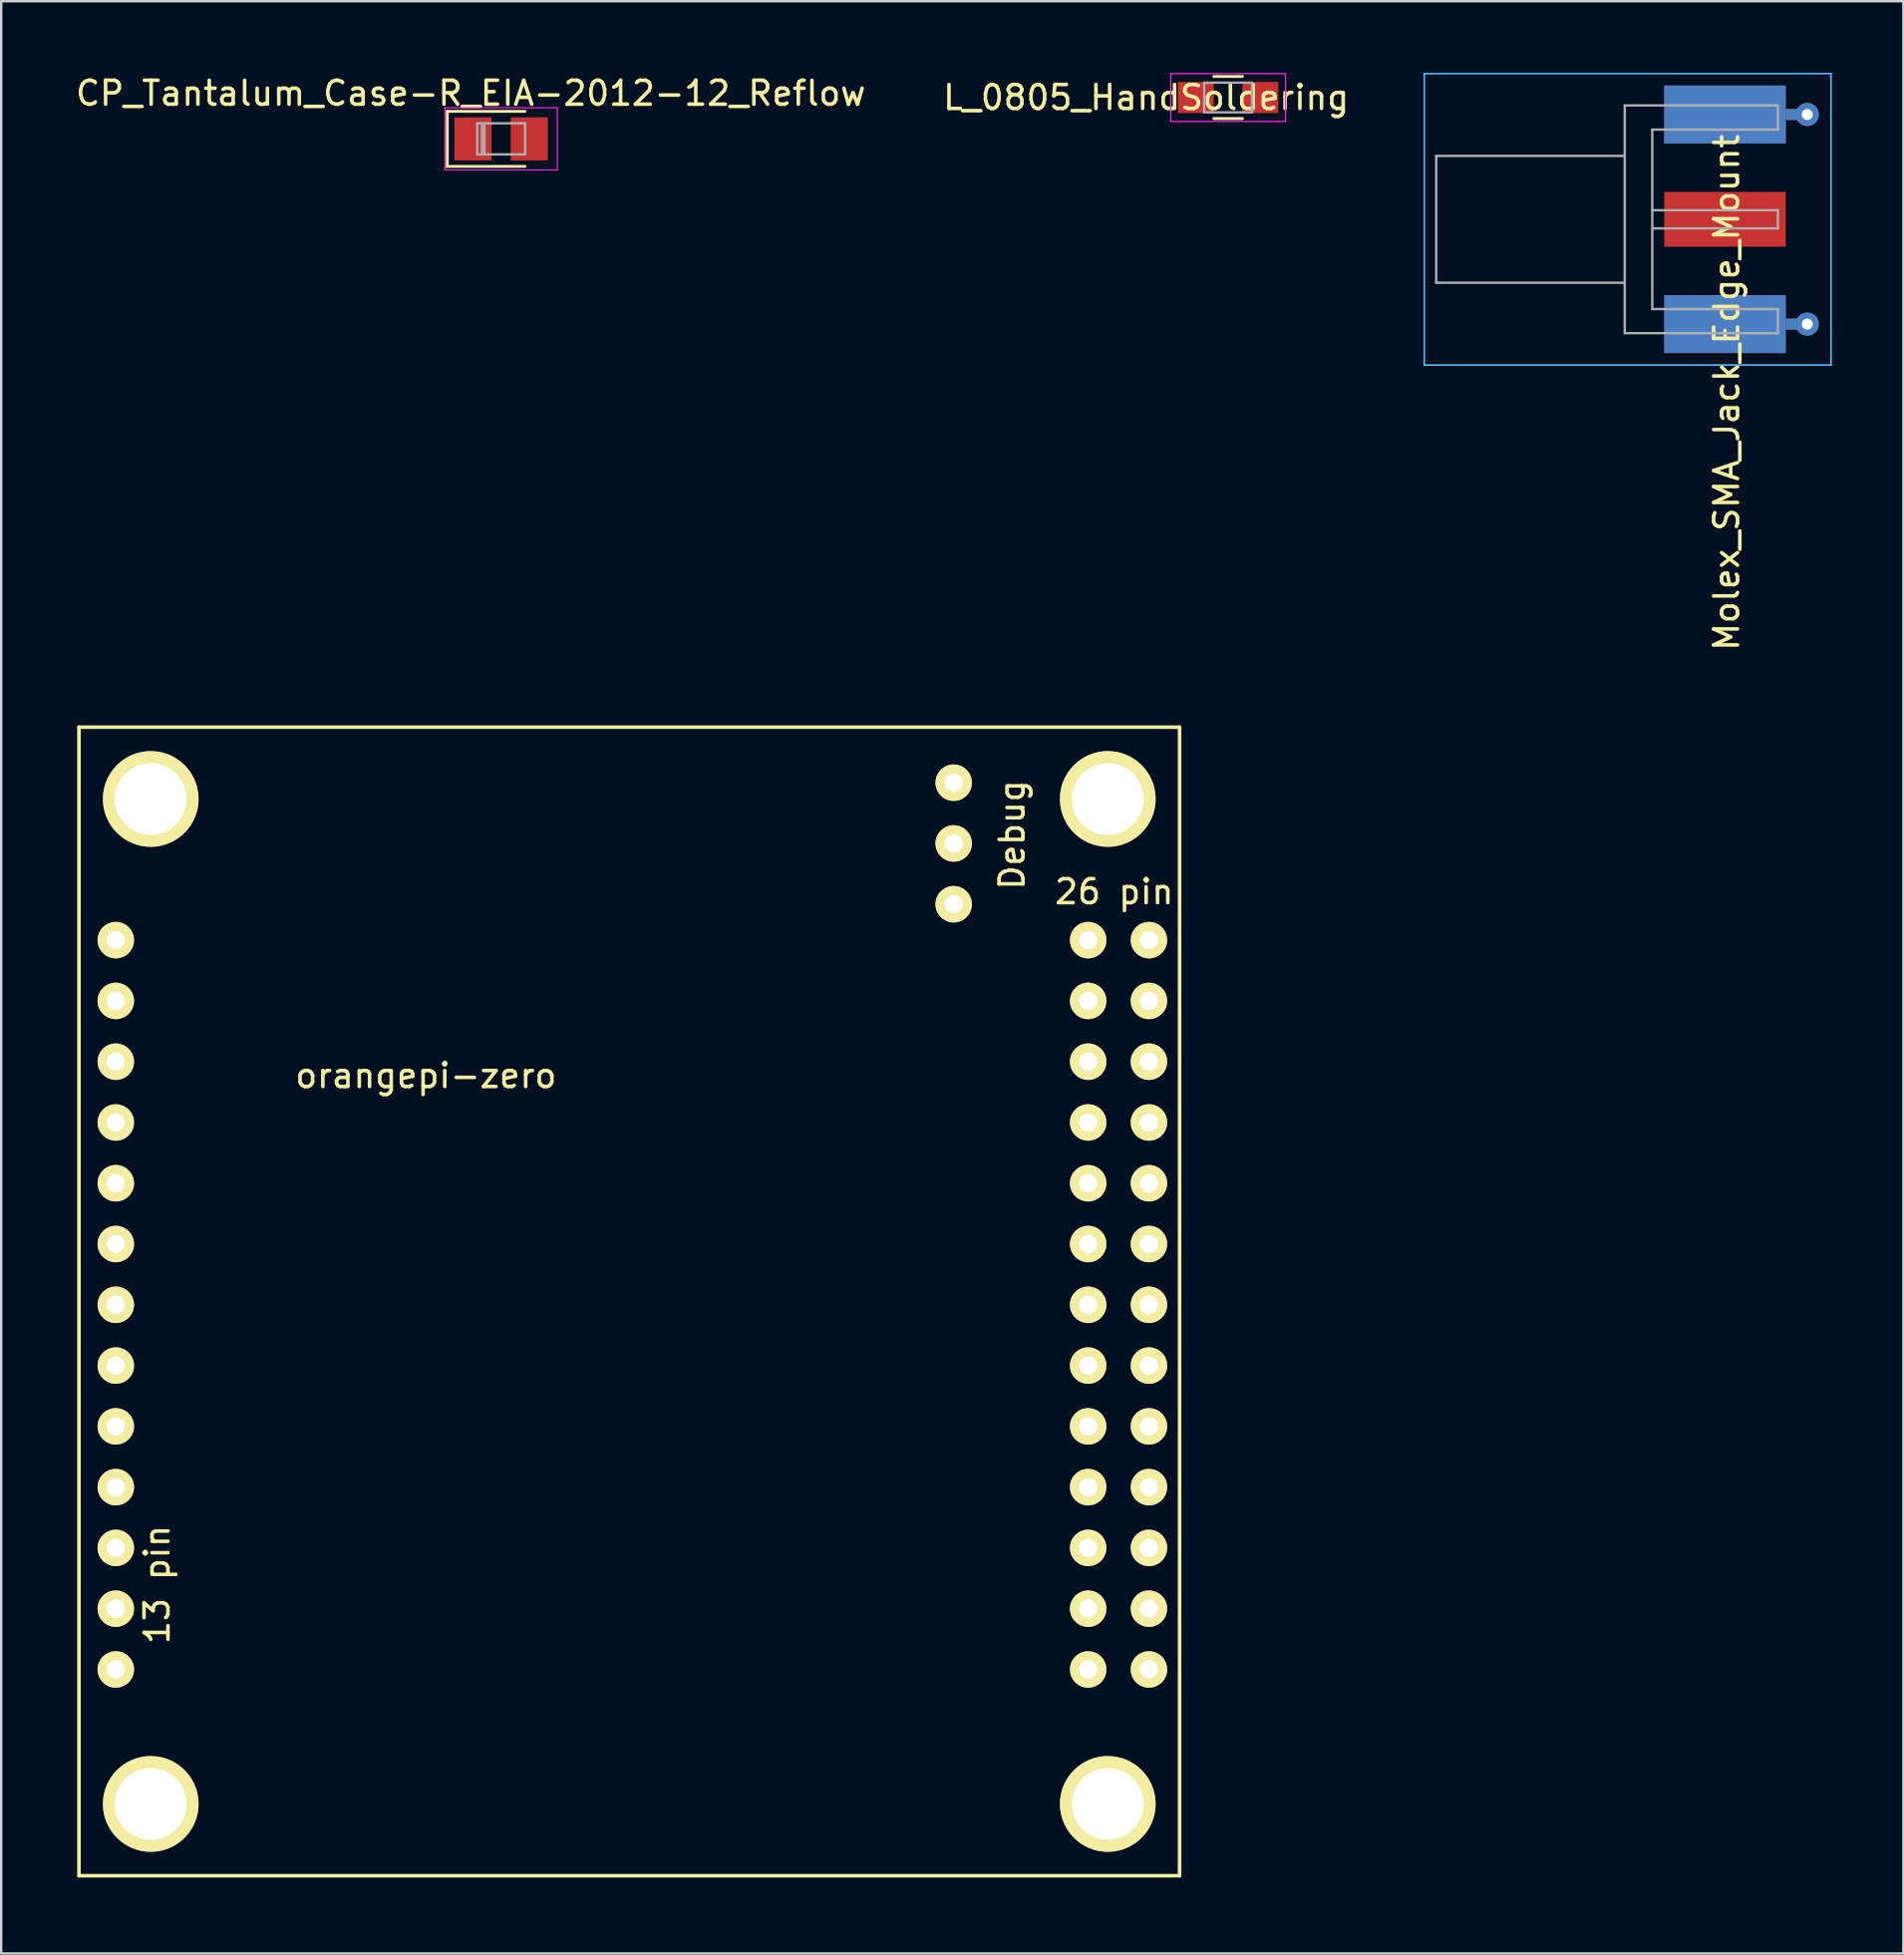
<source format=kicad_pcb>
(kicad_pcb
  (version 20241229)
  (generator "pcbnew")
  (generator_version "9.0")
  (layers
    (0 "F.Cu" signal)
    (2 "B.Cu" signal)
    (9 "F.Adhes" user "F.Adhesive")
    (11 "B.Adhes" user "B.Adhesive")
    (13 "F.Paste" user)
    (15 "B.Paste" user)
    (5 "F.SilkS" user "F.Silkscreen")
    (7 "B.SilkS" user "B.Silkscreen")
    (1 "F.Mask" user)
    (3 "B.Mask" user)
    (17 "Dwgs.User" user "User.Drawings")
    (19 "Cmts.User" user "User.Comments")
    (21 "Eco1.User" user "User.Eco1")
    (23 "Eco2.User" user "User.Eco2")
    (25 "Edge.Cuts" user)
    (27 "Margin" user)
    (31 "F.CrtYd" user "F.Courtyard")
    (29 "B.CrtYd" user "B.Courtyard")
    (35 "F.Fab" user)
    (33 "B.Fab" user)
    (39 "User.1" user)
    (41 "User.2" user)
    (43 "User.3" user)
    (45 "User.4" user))
  (footprint "L_0805_HandSoldering"
    (layer "F.Cu")
    (at 48.28 1.025)
    (property "Reference" "L_0805_HandSoldering" (at -3.429 0 0) (layer "F.SilkS") (effects (font (size 1 1) (thickness 0.15))))
    (attr smd)
    (fp_line (start -0.6 -0.88) (end 0.6 -0.88) (stroke (width 0.12) (type solid)) (layer "F.SilkS"))
    (fp_line (start 0.6 0.88) (end -0.6 0.88) (stroke (width 0.12) (type solid)) (layer "F.SilkS"))
    (fp_line (start -2.4 -1) (end -2.4 1) (stroke (width 0.05) (type solid)) (layer "F.CrtYd"))
    (fp_line (start -2.4 -1) (end 2.4 -1) (stroke (width 0.05) (type solid)) (layer "F.CrtYd"))
    (fp_line (start -2.4 1) (end 2.4 1) (stroke (width 0.05) (type solid)) (layer "F.CrtYd"))
    (fp_line (start 2.4 -1) (end 2.4 1) (stroke (width 0.05) (type solid)) (layer "F.CrtYd"))
    (fp_line (start -1 -0.62) (end 1 -0.62) (stroke (width 0.1) (type solid)) (layer "F.Fab"))
    (fp_line (start -1 0.62) (end -1 -0.62) (stroke (width 0.1) (type solid)) (layer "F.Fab"))
    (fp_line (start 1 -0.62) (end 1 0.62) (stroke (width 0.1) (type solid)) (layer "F.Fab"))
    (fp_line (start 1 0.62) (end -1 0.62) (stroke (width 0.1) (type solid)) (layer "F.Fab"))
    (pad "1" smd rect (at -1.35 0) (size 1.5 1.3) (layers "F.Cu" "F.Mask" "F.Paste"))
    (pad "2" smd rect (at 1.35 0) (size 1.5 1.3) (layers "F.Cu" "F.Mask" "F.Paste")))
  (footprint "CP_Tantalum_Case-R_EIA-2012-12_Reflow"
    (layer "F.Cu")
    (at 17.895 2.753)
    (property "Reference" "CP_Tantalum_Case-R_EIA-2012-12_Reflow" (at -1.27 -1.905 0) (layer "F.SilkS") (effects (font (size 1 1) (thickness 0.15))))
    (attr smd)
    (fp_line (start -2.25 -1.15) (end -2.25 1.15) (stroke (width 0.12) (type solid)) (layer "F.SilkS"))
    (fp_line (start -2.25 -1.15) (end 1 -1.15) (stroke (width 0.12) (type solid)) (layer "F.SilkS"))
    (fp_line (start -2.25 1.15) (end 1 1.15) (stroke (width 0.12) (type solid)) (layer "F.SilkS"))
    (fp_line (start -2.35 -1.3) (end -2.35 1.3) (stroke (width 0.05) (type solid)) (layer "F.CrtYd"))
    (fp_line (start -2.35 1.3) (end 2.35 1.3) (stroke (width 0.05) (type solid)) (layer "F.CrtYd"))
    (fp_line (start 2.35 -1.3) (end -2.35 -1.3) (stroke (width 0.05) (type solid)) (layer "F.CrtYd"))
    (fp_line (start 2.35 1.3) (end 2.35 -1.3) (stroke (width 0.05) (type solid)) (layer "F.CrtYd"))
    (fp_line (start -1 -0.65) (end -1 0.65) (stroke (width 0.1) (type solid)) (layer "F.Fab"))
    (fp_line (start -1 0.65) (end 1 0.65) (stroke (width 0.1) (type solid)) (layer "F.Fab"))
    (fp_line (start -0.8 -0.65) (end -0.8 0.65) (stroke (width 0.1) (type solid)) (layer "F.Fab"))
    (fp_line (start -0.7 -0.65) (end -0.7 0.65) (stroke (width 0.1) (type solid)) (layer "F.Fab"))
    (fp_line (start 1 -0.65) (end -1 -0.65) (stroke (width 0.1) (type solid)) (layer "F.Fab"))
    (fp_line (start 1 0.65) (end 1 -0.65) (stroke (width 0.1) (type solid)) (layer "F.Fab"))
    (pad "1" smd rect (at -1.175 0) (size 1.55 1.8) (layers "F.Cu" "F.Mask" "F.Paste"))
    (pad "2" smd rect (at 1.175 0) (size 1.55 1.8) (layers "F.Cu" "F.Mask" "F.Paste")))
  (footprint "Molex_SMA_Jack_Edge_Mount"
    (layer "F.Cu")
    (at 70.767 6.115)
    (property "Reference" "Molex_SMA_Jack_Edge_Mount" (at -1.651 7.239 90) (layer "F.SilkS") (effects (font (size 1 1) (thickness 0.15))))
    (attr smd)
    (fp_line (start -14.29 -6.09) (end -14.29 6.09) (stroke (width 0.05) (type solid)) (layer "B.CrtYd"))
    (fp_line (start -14.29 -6.09) (end 2.71 -6.09) (stroke (width 0.05) (type solid)) (layer "B.CrtYd"))
    (fp_line (start -14.29 6.09) (end 2.71 6.09) (stroke (width 0.05) (type solid)) (layer "B.CrtYd"))
    (fp_line (start 2.71 -6.09) (end 2.71 6.09) (stroke (width 0.05) (type solid)) (layer "B.CrtYd"))
    (fp_line (start -14.29 -6.09) (end -14.29 6.09) (stroke (width 0.05) (type solid)) (layer "F.CrtYd"))
    (fp_line (start -14.29 6.09) (end 2.71 6.09) (stroke (width 0.05) (type solid)) (layer "F.CrtYd"))
    (fp_line (start 2.71 -6.09) (end -14.29 -6.09) (stroke (width 0.05) (type solid)) (layer "F.CrtYd"))
    (fp_line (start 2.71 -6.09) (end 2.71 6.09) (stroke (width 0.05) (type solid)) (layer "F.CrtYd"))
    (fp_line (start -13.79 -2.65) (end -13.79 2.65) (stroke (width 0.1) (type solid)) (layer "F.Fab"))
    (fp_line (start -13.79 -2.65) (end -5.91 -2.65) (stroke (width 0.1) (type solid)) (layer "F.Fab"))
    (fp_line (start -13.79 2.65) (end -5.91 2.65) (stroke (width 0.1) (type solid)) (layer "F.Fab"))
    (fp_line (start -5.91 -4.76) (end -5.91 4.76) (stroke (width 0.1) (type solid)) (layer "F.Fab"))
    (fp_line (start -5.91 4.76) (end 0.49 4.76) (stroke (width 0.1) (type solid)) (layer "F.Fab"))
    (fp_line (start -4.76 -3.75) (end -4.76 3.75) (stroke (width 0.1) (type solid)) (layer "F.Fab"))
    (fp_line (start -4.76 -3.75) (end 0.49 -3.75) (stroke (width 0.1) (type solid)) (layer "F.Fab"))
    (fp_line (start -4.76 -0.38) (end 0.49 -0.38) (stroke (width 0.1) (type solid)) (layer "F.Fab"))
    (fp_line (start -4.76 0.38) (end 0.49 0.38) (stroke (width 0.1) (type solid)) (layer "F.Fab"))
    (fp_line (start -4.76 3.75) (end 0.49 3.75) (stroke (width 0.1) (type solid)) (layer "F.Fab"))
    (fp_line (start 0.49 -4.76) (end -5.91 -4.76) (stroke (width 0.1) (type solid)) (layer "F.Fab"))
    (fp_line (start 0.49 -4.76) (end 0.49 -3.75) (stroke (width 0.1) (type solid)) (layer "F.Fab"))
    (fp_line (start 0.49 -0.38) (end 0.49 0.38) (stroke (width 0.1) (type solid)) (layer "F.Fab"))
    (fp_line (start 0.49 3.75) (end 0.49 4.76) (stroke (width 0.1) (type solid)) (layer "F.Fab"))
    (pad "1" smd rect (at -1.72 0) (size 5.08 2.29) (layers "F.Cu" "F.Mask" "F.Paste"))
    (pad "2" smd rect (at -1.72 -4.38) (size 5.08 2.42) (layers "F.Cu" "F.Mask" "F.Paste"))
    (pad "2" smd rect (at -1.72 -4.38) (size 5.08 2.42) (layers "B.Cu" "B.Mask" "B.Paste"))
    (pad "2" smd rect (at -1.72 4.38) (size 5.08 2.42) (layers "F.Cu" "F.Mask" "F.Paste"))
    (pad "2" smd rect (at -1.72 4.38) (size 5.08 2.42) (layers "B.Cu" "B.Mask" "B.Paste"))
    (pad "2" smd rect (at 1.27 -4.38) (size 0.89 0.46) (layers "F.Cu"))
    (pad "2" smd rect (at 1.27 -4.38) (size 0.89 0.46) (layers "B.Cu"))
    (pad "2" smd rect (at 1.27 4.38) (size 0.89 0.46) (layers "F.Cu"))
    (pad "2" smd rect (at 1.27 4.38) (size 0.89 0.46) (layers "B.Cu"))
    (pad "2" thru_hole circle (at 1.72 -4.38) (size 0.97 0.97) (drill 0.46) (layers "*.Cu"))
    (pad "2" thru_hole circle (at 1.72 4.38) (size 0.97 0.97) (drill 0.46) (layers "*.Cu")))
  (footprint "orangepi-zero"
    (layer "F.Cu")
    (at 0.25 75.34)
    (property "Reference" "orangepi-zero" (at 14.503 -33.439 0) (layer "F.SilkS") (effects (font (size 1 1) (thickness 0.15))))
    (attr through_hole)
    (fp_line (start 0 -48) (end 46 -48) (stroke (width 0.15) (type solid)) (layer "F.SilkS"))
    (fp_line (start 0 0) (end 0 -48) (stroke (width 0.15) (type solid)) (layer "F.SilkS"))
    (fp_line (start 46 -48) (end 46 0) (stroke (width 0.15) (type solid)) (layer "F.SilkS"))
    (fp_line (start 46 0) (end 0 0) (stroke (width 0.15) (type solid)) (layer "F.SilkS"))
    (fp_text user "Debug" (at 39 -43.5 90) (layer "F.SilkS") (effects (font (size 1 1) (thickness 0.15))))
    (fp_text user "26 pin" (at 43.269 -41.123 0) (layer "F.SilkS") (effects (font (size 1 1) (thickness 0.15))))
    (fp_text user "13 pin" (at 3.264 -12.167 90) (layer "F.SilkS") (effects (font (size 1 1) (thickness 0.15))))
    (pad "" thru_hole circle (at 3 -45) (size 4 4) (drill 3) (layers "*.Cu" "*.Mask" "F.SilkS"))
    (pad "" thru_hole circle (at 3 -3) (size 4 4) (drill 3) (layers "*.Cu" "*.Mask" "F.SilkS"))
    (pad "" thru_hole circle (at 43 -45) (size 4 4) (drill 3) (layers "*.Cu" "*.Mask" "F.SilkS"))
    (pad "" thru_hole circle (at 43 -3) (size 4 4) (drill 3) (layers "*.Cu" "*.Mask" "F.SilkS"))
    (pad "1" thru_hole circle (at 1.54 -39.1) (size 1.524 1.524) (drill 0.762) (layers "*.Cu" "*.Mask" "F.SilkS"))
    (pad "2" thru_hole circle (at 1.54 -36.56) (size 1.524 1.524) (drill 0.762) (layers "*.Cu" "*.Mask" "F.SilkS"))
    (pad "3" thru_hole circle (at 1.54 -34.02) (size 1.524 1.524) (drill 0.762) (layers "*.Cu" "*.Mask" "F.SilkS"))
    (pad "4" thru_hole circle (at 1.54 -31.48) (size 1.524 1.524) (drill 0.762) (layers "*.Cu" "*.Mask" "F.SilkS"))
    (pad "5" thru_hole circle (at 1.54 -28.94) (size 1.524 1.524) (drill 0.762) (layers "*.Cu" "*.Mask" "F.SilkS"))
    (pad "6" thru_hole circle (at 1.54 -26.4) (size 1.524 1.524) (drill 0.762) (layers "*.Cu" "*.Mask" "F.SilkS"))
    (pad "7" thru_hole circle (at 1.54 -23.86) (size 1.524 1.524) (drill 0.762) (layers "*.Cu" "*.Mask" "F.SilkS"))
    (pad "8" thru_hole circle (at 1.54 -21.32) (size 1.524 1.524) (drill 0.762) (layers "*.Cu" "*.Mask" "F.SilkS"))
    (pad "9" thru_hole circle (at 1.54 -18.78) (size 1.524 1.524) (drill 0.762) (layers "*.Cu" "*.Mask" "F.SilkS"))
    (pad "10" thru_hole circle (at 1.54 -16.24) (size 1.524 1.524) (drill 0.762) (layers "*.Cu" "*.Mask" "F.SilkS"))
    (pad "11" thru_hole circle (at 1.54 -13.7) (size 1.524 1.524) (drill 0.762) (layers "*.Cu" "*.Mask" "F.SilkS"))
    (pad "12" thru_hole circle (at 1.54 -11.16) (size 1.524 1.524) (drill 0.762) (layers "*.Cu" "*.Mask" "F.SilkS"))
    (pad "13" thru_hole circle (at 1.54 -8.62) (size 1.524 1.524) (drill 0.762) (layers "*.Cu" "*.Mask" "F.SilkS"))
    (pad "101" thru_hole circle (at 44.72 -8.62) (size 1.524 1.524) (drill 0.762) (layers "*.Cu" "*.Mask" "F.SilkS"))
    (pad "102" thru_hole circle (at 42.18 -8.62) (size 1.524 1.524) (drill 0.762) (layers "*.Cu" "*.Mask" "F.SilkS"))
    (pad "103" thru_hole circle (at 44.72 -11.16) (size 1.524 1.524) (drill 0.762) (layers "*.Cu" "*.Mask" "F.SilkS"))
    (pad "104" thru_hole circle (at 42.18 -11.16) (size 1.524 1.524) (drill 0.762) (layers "*.Cu" "*.Mask" "F.SilkS"))
    (pad "105" thru_hole circle (at 44.72 -13.7) (size 1.524 1.524) (drill 0.762) (layers "*.Cu" "*.Mask" "F.SilkS"))
    (pad "106" thru_hole circle (at 42.18 -13.7) (size 1.524 1.524) (drill 0.762) (layers "*.Cu" "*.Mask" "F.SilkS"))
    (pad "107" thru_hole circle (at 44.72 -16.24) (size 1.524 1.524) (drill 0.762) (layers "*.Cu" "*.Mask" "F.SilkS"))
    (pad "108" thru_hole circle (at 42.18 -16.24) (size 1.524 1.524) (drill 0.762) (layers "*.Cu" "*.Mask" "F.SilkS"))
    (pad "109" thru_hole circle (at 44.72 -18.78) (size 1.524 1.524) (drill 0.762) (layers "*.Cu" "*.Mask" "F.SilkS"))
    (pad "110" thru_hole circle (at 42.18 -18.78) (size 1.524 1.524) (drill 0.762) (layers "*.Cu" "*.Mask" "F.SilkS"))
    (pad "111" thru_hole circle (at 44.72 -21.32) (size 1.524 1.524) (drill 0.762) (layers "*.Cu" "*.Mask" "F.SilkS"))
    (pad "112" thru_hole circle (at 42.18 -21.32) (size 1.524 1.524) (drill 0.762) (layers "*.Cu" "*.Mask" "F.SilkS"))
    (pad "113" thru_hole circle (at 44.72 -23.86) (size 1.524 1.524) (drill 0.762) (layers "*.Cu" "*.Mask" "F.SilkS"))
    (pad "114" thru_hole circle (at 42.18 -23.86) (size 1.524 1.524) (drill 0.762) (layers "*.Cu" "*.Mask" "F.SilkS"))
    (pad "115" thru_hole circle (at 44.72 -26.4) (size 1.524 1.524) (drill 0.762) (layers "*.Cu" "*.Mask" "F.SilkS"))
    (pad "116" thru_hole circle (at 42.18 -26.4) (size 1.524 1.524) (drill 0.762) (layers "*.Cu" "*.Mask" "F.SilkS"))
    (pad "117" thru_hole circle (at 44.72 -28.94) (size 1.524 1.524) (drill 0.762) (layers "*.Cu" "*.Mask" "F.SilkS"))
    (pad "118" thru_hole circle (at 42.18 -28.94) (size 1.524 1.524) (drill 0.762) (layers "*.Cu" "*.Mask" "F.SilkS"))
    (pad "119" thru_hole circle (at 44.72 -31.48) (size 1.524 1.524) (drill 0.762) (layers "*.Cu" "*.Mask" "F.SilkS"))
    (pad "120" thru_hole circle (at 42.18 -31.48) (size 1.524 1.524) (drill 0.762) (layers "*.Cu" "*.Mask" "F.SilkS"))
    (pad "121" thru_hole circle (at 44.72 -34.02) (size 1.524 1.524) (drill 0.762) (layers "*.Cu" "*.Mask" "F.SilkS"))
    (pad "122" thru_hole circle (at 42.18 -34.02) (size 1.524 1.524) (drill 0.762) (layers "*.Cu" "*.Mask" "F.SilkS"))
    (pad "123" thru_hole circle (at 44.72 -36.56) (size 1.524 1.524) (drill 0.762) (layers "*.Cu" "*.Mask" "F.SilkS"))
    (pad "124" thru_hole circle (at 42.18 -36.56) (size 1.524 1.524) (drill 0.762) (layers "*.Cu" "*.Mask" "F.SilkS"))
    (pad "125" thru_hole circle (at 44.72 -39.1) (size 1.524 1.524) (drill 0.762) (layers "*.Cu" "*.Mask" "F.SilkS"))
    (pad "126" thru_hole circle (at 42.18 -39.1) (size 1.524 1.524) (drill 0.762) (layers "*.Cu" "*.Mask" "F.SilkS"))
    (pad "201" thru_hole circle (at 36.56 -45.68) (size 1.524 1.524) (drill 0.762) (layers "*.Cu" "*.Mask" "F.SilkS"))
    (pad "202" thru_hole circle (at 36.56 -43.14) (size 1.524 1.524) (drill 0.762) (layers "*.Cu" "*.Mask" "F.SilkS"))
    (pad "203" thru_hole circle (at 36.56 -40.6) (size 1.524 1.524) (drill 0.762) (layers "*.Cu" "*.Mask" "F.SilkS")))
  (gr_rect
    (start -3 -3)
    (end 76.502 78.59)
    (stroke (width 0.1) (type default))
    (fill no)
    (layer "Edge.Cuts")))
</source>
